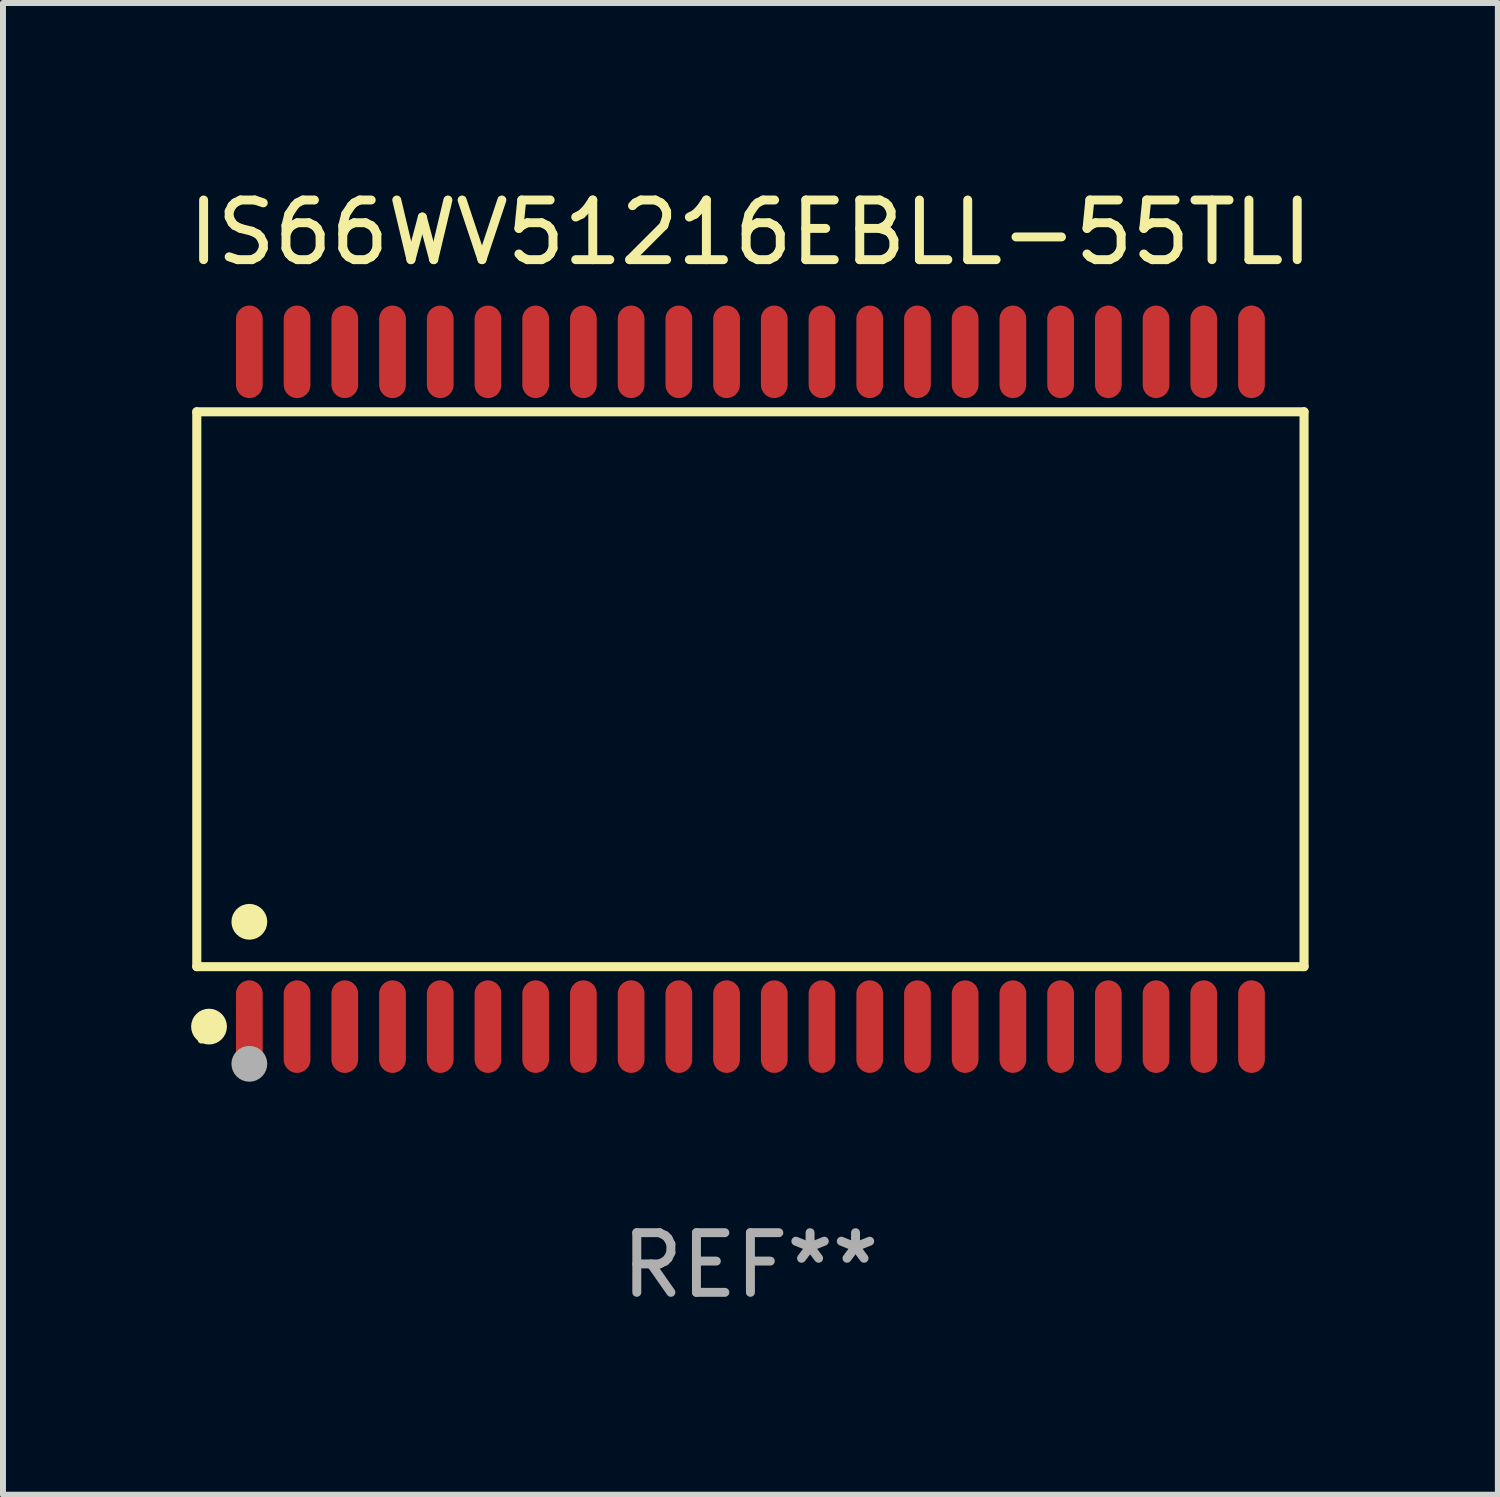
<source format=kicad_pcb>
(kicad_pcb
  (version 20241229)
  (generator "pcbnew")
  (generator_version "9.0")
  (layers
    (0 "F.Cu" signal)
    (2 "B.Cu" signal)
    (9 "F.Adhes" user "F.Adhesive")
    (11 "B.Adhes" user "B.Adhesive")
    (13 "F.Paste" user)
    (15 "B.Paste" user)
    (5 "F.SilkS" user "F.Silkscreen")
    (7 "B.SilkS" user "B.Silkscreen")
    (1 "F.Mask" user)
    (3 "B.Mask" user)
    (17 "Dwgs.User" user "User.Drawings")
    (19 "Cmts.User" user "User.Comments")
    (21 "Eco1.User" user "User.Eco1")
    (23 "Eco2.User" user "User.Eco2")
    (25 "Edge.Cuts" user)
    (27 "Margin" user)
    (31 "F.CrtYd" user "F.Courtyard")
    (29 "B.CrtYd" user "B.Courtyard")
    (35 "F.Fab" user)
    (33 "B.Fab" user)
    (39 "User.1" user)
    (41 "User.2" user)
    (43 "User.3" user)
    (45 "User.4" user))
  (footprint "IS66WV51216EBLL-55TLI"
    (layer "F.Cu")
    (at 9.53 8.504)
    (property "Reference" "IS66WV51216EBLL-55TLI" (at 0 -7.656 0) (layer "F.SilkS") (effects (font (size 1 1) (thickness 0.15))))
    (attr through_hole)
    (fp_line (start -9.281 -4.651) (end 9.281 -4.651) (stroke (width 0.152) (type solid)) (layer "F.SilkS"))
    (fp_line (start -9.281 4.651) (end -9.281 -4.651) (stroke (width 0.152) (type solid)) (layer "F.SilkS"))
    (fp_line (start 9.281 -4.651) (end 9.281 4.651) (stroke (width 0.152) (type solid)) (layer "F.SilkS"))
    (fp_line (start 9.281 4.651) (end -9.281 4.651) (stroke (width 0.152) (type solid)) (layer "F.SilkS"))
    (fp_circle (center -9.205 5.88) (end -9.175 5.88) (stroke (width 0.06) (type solid)) (fill no) (layer "F.SilkS"))
    (fp_circle (center -9.076 5.656) (end -8.926 5.656) (stroke (width 0.3) (type solid)) (fill no) (layer "F.SilkS"))
    (fp_circle (center -8.4 3.899) (end -8.25 3.899) (stroke (width 0.3) (type solid)) (fill no) (layer "F.SilkS"))
    (fp_circle (center -8.4 6.28) (end -8.25 6.28) (stroke (width 0.3) (type solid)) (fill no) (layer "F.Fab"))
    (fp_text user "REF**" (at 0 9.656 0) (layer "F.Fab") (effects (font (size 1 1) (thickness 0.15))))
    (pad "1" smd oval (at -8.4 5.656) (size 0.448 1.551) (layers "F.Cu" "F.Mask" "F.Paste"))
    (pad "2" smd oval (at -7.6 5.656) (size 0.448 1.551) (layers "F.Cu" "F.Mask" "F.Paste"))
    (pad "3" smd oval (at -6.8 5.656) (size 0.448 1.551) (layers "F.Cu" "F.Mask" "F.Paste"))
    (pad "4" smd oval (at -6 5.656) (size 0.448 1.551) (layers "F.Cu" "F.Mask" "F.Paste"))
    (pad "5" smd oval (at -5.2 5.656) (size 0.448 1.551) (layers "F.Cu" "F.Mask" "F.Paste"))
    (pad "6" smd oval (at -4.4 5.656) (size 0.448 1.551) (layers "F.Cu" "F.Mask" "F.Paste"))
    (pad "7" smd oval (at -3.6 5.656) (size 0.448 1.551) (layers "F.Cu" "F.Mask" "F.Paste"))
    (pad "8" smd oval (at -2.8 5.656) (size 0.448 1.551) (layers "F.Cu" "F.Mask" "F.Paste"))
    (pad "9" smd oval (at -2 5.656) (size 0.448 1.551) (layers "F.Cu" "F.Mask" "F.Paste"))
    (pad "10" smd oval (at -1.2 5.656) (size 0.448 1.551) (layers "F.Cu" "F.Mask" "F.Paste"))
    (pad "11" smd oval (at -0.4 5.656) (size 0.448 1.551) (layers "F.Cu" "F.Mask" "F.Paste"))
    (pad "12" smd oval (at 0.4 5.656) (size 0.448 1.551) (layers "F.Cu" "F.Mask" "F.Paste"))
    (pad "13" smd oval (at 1.2 5.656) (size 0.448 1.551) (layers "F.Cu" "F.Mask" "F.Paste"))
    (pad "14" smd oval (at 2 5.656) (size 0.448 1.551) (layers "F.Cu" "F.Mask" "F.Paste"))
    (pad "15" smd oval (at 2.8 5.656) (size 0.448 1.551) (layers "F.Cu" "F.Mask" "F.Paste"))
    (pad "16" smd oval (at 3.6 5.656) (size 0.448 1.551) (layers "F.Cu" "F.Mask" "F.Paste"))
    (pad "17" smd oval (at 4.4 5.656) (size 0.448 1.551) (layers "F.Cu" "F.Mask" "F.Paste"))
    (pad "18" smd oval (at 5.2 5.656) (size 0.448 1.551) (layers "F.Cu" "F.Mask" "F.Paste"))
    (pad "19" smd oval (at 6 5.656) (size 0.448 1.551) (layers "F.Cu" "F.Mask" "F.Paste"))
    (pad "20" smd oval (at 6.8 5.656) (size 0.448 1.551) (layers "F.Cu" "F.Mask" "F.Paste"))
    (pad "21" smd oval (at 7.6 5.656) (size 0.448 1.551) (layers "F.Cu" "F.Mask" "F.Paste"))
    (pad "22" smd oval (at 8.4 5.656) (size 0.448 1.551) (layers "F.Cu" "F.Mask" "F.Paste"))
    (pad "23" smd oval (at 8.4 -5.656) (size 0.448 1.551) (layers "F.Cu" "F.Mask" "F.Paste"))
    (pad "24" smd oval (at 7.6 -5.656) (size 0.448 1.551) (layers "F.Cu" "F.Mask" "F.Paste"))
    (pad "25" smd oval (at 6.8 -5.656) (size 0.448 1.551) (layers "F.Cu" "F.Mask" "F.Paste"))
    (pad "26" smd oval (at 6 -5.656) (size 0.448 1.551) (layers "F.Cu" "F.Mask" "F.Paste"))
    (pad "27" smd oval (at 5.2 -5.656) (size 0.448 1.551) (layers "F.Cu" "F.Mask" "F.Paste"))
    (pad "28" smd oval (at 4.4 -5.656) (size 0.448 1.551) (layers "F.Cu" "F.Mask" "F.Paste"))
    (pad "29" smd oval (at 3.6 -5.656) (size 0.448 1.551) (layers "F.Cu" "F.Mask" "F.Paste"))
    (pad "30" smd oval (at 2.8 -5.656) (size 0.448 1.551) (layers "F.Cu" "F.Mask" "F.Paste"))
    (pad "31" smd oval (at 2 -5.656) (size 0.448 1.551) (layers "F.Cu" "F.Mask" "F.Paste"))
    (pad "32" smd oval (at 1.2 -5.656) (size 0.448 1.551) (layers "F.Cu" "F.Mask" "F.Paste"))
    (pad "33" smd oval (at 0.4 -5.656) (size 0.448 1.551) (layers "F.Cu" "F.Mask" "F.Paste"))
    (pad "34" smd oval (at -0.4 -5.656) (size 0.448 1.551) (layers "F.Cu" "F.Mask" "F.Paste"))
    (pad "35" smd oval (at -1.2 -5.656) (size 0.448 1.551) (layers "F.Cu" "F.Mask" "F.Paste"))
    (pad "36" smd oval (at -2 -5.656) (size 0.448 1.551) (layers "F.Cu" "F.Mask" "F.Paste"))
    (pad "37" smd oval (at -2.8 -5.656) (size 0.448 1.551) (layers "F.Cu" "F.Mask" "F.Paste"))
    (pad "38" smd oval (at -3.6 -5.656) (size 0.448 1.551) (layers "F.Cu" "F.Mask" "F.Paste"))
    (pad "39" smd oval (at -4.4 -5.656) (size 0.448 1.551) (layers "F.Cu" "F.Mask" "F.Paste"))
    (pad "40" smd oval (at -5.2 -5.656) (size 0.448 1.551) (layers "F.Cu" "F.Mask" "F.Paste"))
    (pad "41" smd oval (at -6 -5.656) (size 0.448 1.551) (layers "F.Cu" "F.Mask" "F.Paste"))
    (pad "42" smd oval (at -6.8 -5.656) (size 0.448 1.551) (layers "F.Cu" "F.Mask" "F.Paste"))
    (pad "43" smd oval (at -7.6 -5.656) (size 0.448 1.551) (layers "F.Cu" "F.Mask" "F.Paste"))
    (pad "44" smd oval (at -8.4 -5.656) (size 0.448 1.551) (layers "F.Cu" "F.Mask" "F.Paste")))
  (gr_rect
    (start -3 -3)
    (end 22.06 22.008)
    (stroke (width 0.1) (type default))
    (fill no)
    (layer "Edge.Cuts")))
</source>
